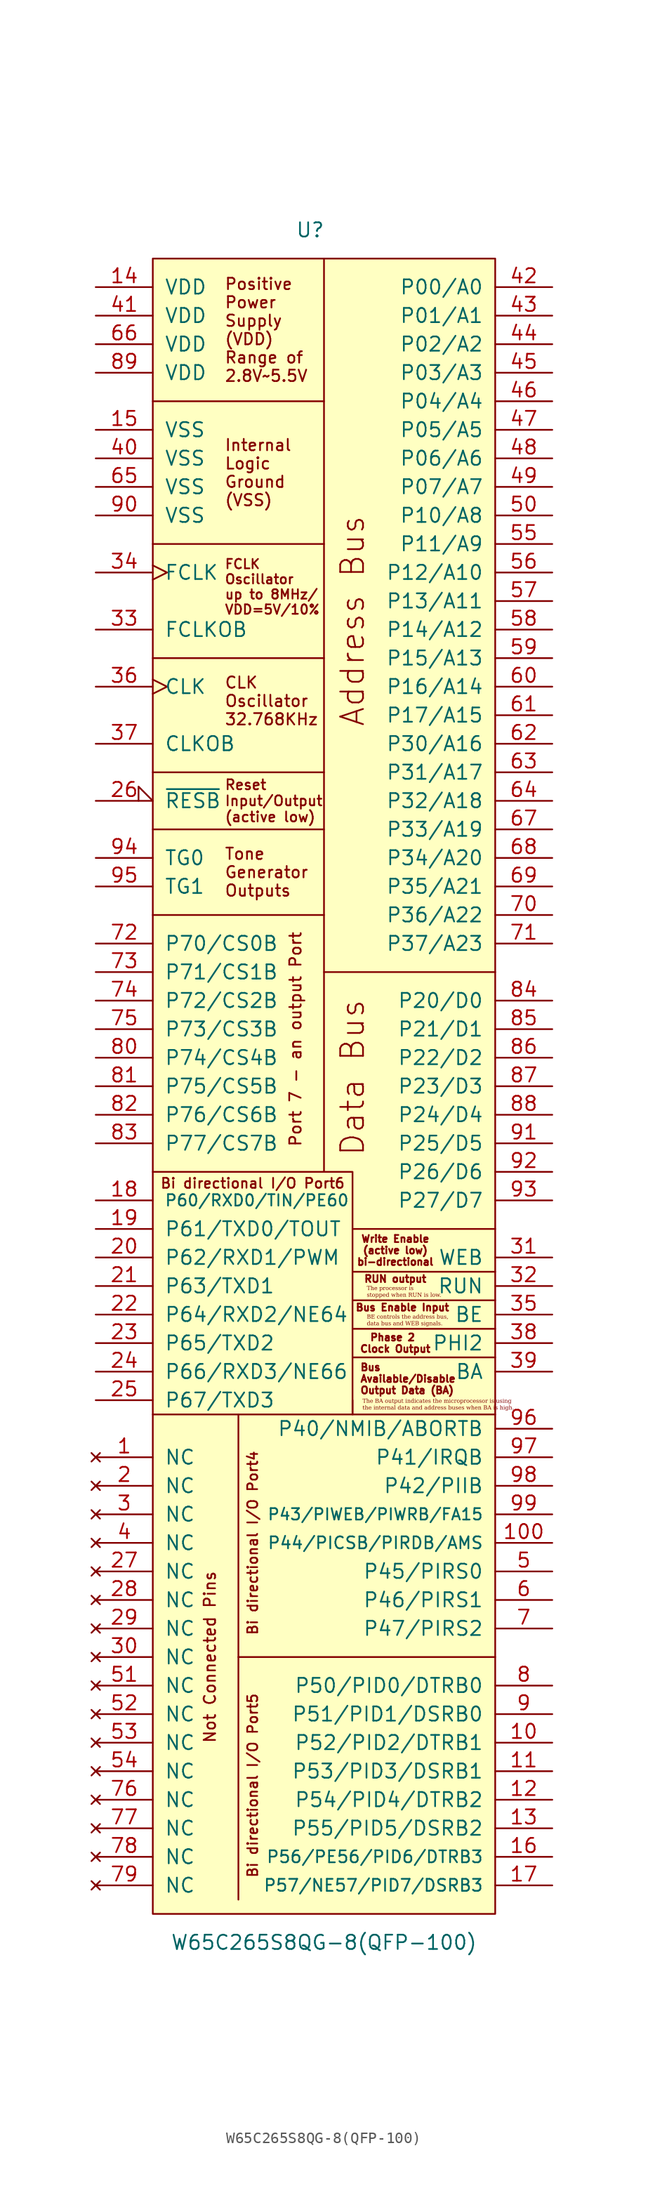
<source format=kicad_sym>
(kicad_symbol_lib
  (version 20220914)
  (generator kicad_symbol_editor)
  (symbol "W65C265S8QG-8(QFP-100)"
    (pin_names
      (offset 1.016))
    (property "Reference" "U"
      (at -2.54 76.2 0)
      (effects (font (size 1.27 1.27)) (justify left)))
    (property "Value" "W65C265S8QG-8(QFP-100)"
      (at 0 -76.2 0)
      (effects (font (size 1.27 1.27))))
    (symbol "W65C265S8QG-8(QFP-100)_0_1"
      (rectangle (start -15.24 73.66) (end 15.24 -73.66) (stroke (width 0) (type solid)) (fill (type background))))
    (symbol "W65C265S8QG-8(QFP-100)_1_1"
      (polyline (pts (xy -7.62 -29.21) (xy -7.62 -72.39)) (stroke (width 0) (type default)) (fill (type none)))
      (polyline (pts (xy 0 60.96) (xy 0 73.66)) (stroke (width 0) (type default)) (fill (type none)))
      (polyline (pts (xy 15.24 -50.8) (xy -7.62 -50.8)) (stroke (width 0) (type default)) (fill (type none)))
      (polyline (pts (xy 15.24 -24.13) (xy 2.54 -24.13)) (stroke (width 0) (type default)) (fill (type none)))
      (polyline (pts (xy 15.24 -21.59) (xy 2.54 -21.59)) (stroke (width 0) (type default)) (fill (type none)))
      (polyline (pts (xy 15.24 -19.05) (xy 2.54 -19.05)) (stroke (width 0) (type default)) (fill (type none)))
      (polyline (pts (xy 15.24 -16.51) (xy 2.54 -16.51)) (stroke (width 0) (type default)) (fill (type none)))
      (polyline (pts (xy -15.24 27.94) (xy 0 27.94) (xy 0 22.86)) (stroke (width 0) (type default)) (fill (type none)))
      (polyline (pts (xy -15.24 48.26) (xy 0 48.26) (xy 0 38.1)) (stroke (width 0) (type default)) (fill (type none)))
      (polyline (pts (xy 0 10.16) (xy 0 -7.62) (xy -15.24 -7.62)) (stroke (width 0) (type default)) (fill (type none)))
      (polyline (pts (xy 0 15.24) (xy 0 10.16) (xy 15.24 10.16)) (stroke (width 0) (type default)) (fill (type none)))
      (polyline (pts (xy 0 27.94) (xy 0 38.1) (xy -15.24 38.1)) (stroke (width 0) (type default)) (fill (type none)))
      (polyline (pts (xy 0 48.26) (xy 0 60.96) (xy -15.24 60.96)) (stroke (width 0) (type default)) (fill (type none)))
      (polyline (pts (xy 2.54 -12.7) (xy 2.54 -29.21) (xy 15.24 -29.21)) (stroke (width 0) (type default)) (fill (type none)))
      (polyline (pts (xy 0 -7.62) (xy 2.54 -7.62) (xy 2.54 -12.7) (xy 15.24 -12.7)) (stroke (width 0) (type default)) (fill (type none)))
      (polyline (pts (xy -15.24 22.86) (xy 0 22.86) (xy 0 22.86) (xy 0 15.24) (xy -15.24 15.24)) (stroke (width 0) (type default)) (fill (type none)))
      (polyline (pts (xy -15.24 -29.21) (xy -7.62 -29.21) (xy -7.62 -29.21) (xy -3.81 -29.21) (xy 2.54 -29.21) (xy 2.54 -27.94)) (stroke (width 0) (type default)) (fill (type none)))
      (text " Address Bus" (at 2.54 40.64 900) (effects (font (size 2.032 2.032))))
      (text " Data Bus" (at 2.54 0 900) (effects (font (size 2.032 2.032))))
      (text " Port 7 - an output Port" (at -2.54 3.81 900) (effects (font (size 1.016 1.016))))
      (text "BE controls the address bus, \ndata bus and WEB signals." (at 3.81 -20.828 0) (effects (font (face "Liberation Serif") (size 0.356 0.356)) (justify left)))
      (text "Bi directional I/O Port4" (at -6.35 -40.64 900) (effects (font (size 0.889 0.889))))
      (text "Bi directional I/O Port5" (at -6.35 -62.23 900) (effects (font (size 0.889 0.889))))
      (text "Bi directional I/O Port6" (at -6.35 -8.636 0) (effects (font (size 0.889 0.889))))
      (text "Bus \nAvailable/Disable \nOutput Data (BA)" (at 3.175 -26.035 0) (effects (font (size 0.635 0.635)) (justify left)))
      (text "Bus Enable Input" (at 6.985 -19.685 0) (effects (font (size 0.635 0.635))))
      (text "CLK\nOscillator\n32.768KHz" (at -8.89 34.29 0) (effects (font (size 1.016 1.016)) (justify left)))
      (text "FCLK\nOscillator\nup to 8MHz/\nVDD=5V/10%" (at -8.89 44.45 0) (effects (font (size 0.838 0.838)) (justify left)))
      (text "Internal\nLogic\nGround\n(VSS)" (at -8.89 54.61 0) (effects (font (size 1.016 1.016)) (justify left)))
      (text "Not Connected Pins" (at -10.16 -50.8 900) (effects (font (size 1.016 1.016))))
      (text "Phase 2 \nClock Output" (at 6.35 -22.86 0) (effects (font (size 0.635 0.635))))
      (text "Positive\nPower\nSupply\n(VDD)\nRange of \n2.8V~5.5V" (at -8.89 67.31 0) (effects (font (size 1.016 1.016)) (justify left)))
      (text "Reset \nInput/Output\n(active low)" (at -8.89 25.4 0) (effects (font (size 0.889 0.889)) (justify left)))
      (text "RUN output" (at 6.35 -17.145 0) (effects (font (size 0.635 0.635))))
      (text "The BA output indicates the microprocessor is using \nthe internal data and address buses when BA is high." (at 3.429 -28.321 0) (effects (font (face "Liberation Serif") (size 0.356 0.356)) (justify left)))
      (text "The processor is \nstopped when RUN is low." (at 3.81 -18.288 0) (effects (font (face "Liberation Serif") (size 0.356 0.356)) (justify left)))
      (text "Tone \nGenerator\nOutputs" (at -8.89 19.05 0) (effects (font (size 1.016 1.016)) (justify left)))
      (text "Write Enable\n(active low)\nbi-directional" (at 6.35 -14.605 0) (effects (font (size 0.635 0.635))))
      (pin no_connect line (at -20.32 -33.02 0) (length 5.08) (name "NC" (effects (font (size 1.27 1.27)))) (number "1" (effects (font (size 1.27 1.27)))))
      (pin bidirectional line (at 20.32 -58.42 180) (length 5.08) (name "P52/PID2/DTRB1" (effects (font (size 1.27 1.27)))) (number "10" (effects (font (size 1.27 1.27)))))
      (pin bidirectional line (at 20.32 -40.64 180) (length 5.08) (name "P44/PICSB/PIRDB/AMS" (effects (font (size 1.067 1.067)))) (number "100" (effects (font (size 1.27 1.27)))))
      (pin bidirectional line (at 20.32 -60.96 180) (length 5.08) (name "P53/PID3/DSRB1" (effects (font (size 1.27 1.27)))) (number "11" (effects (font (size 1.27 1.27)))))
      (pin bidirectional line (at 20.32 -63.5 180) (length 5.08) (name "P54/PID4/DTRB2" (effects (font (size 1.27 1.27)))) (number "12" (effects (font (size 1.27 1.27)))))
      (pin bidirectional line (at 20.32 -66.04 180) (length 5.08) (name "P55/PID5/DSRB2" (effects (font (size 1.27 1.27)))) (number "13" (effects (font (size 1.27 1.27)))))
      (pin power_in line (at -20.32 71.12 0) (length 5.08) (name "VDD" (effects (font (size 1.27 1.27)))) (number "14" (effects (font (size 1.27 1.27)))))
      (pin power_in line (at -20.32 58.42 0) (length 5.08) (name "VSS" (effects (font (size 1.27 1.27)))) (number "15" (effects (font (size 1.27 1.27)))))
      (pin bidirectional line (at 20.32 -68.58 180) (length 5.08) (name "P56/PE56/PID6/DTRB3" (effects (font (size 1.067 1.067)))) (number "16" (effects (font (size 1.27 1.27)))))
      (pin bidirectional line (at 20.32 -71.12 180) (length 5.08) (name "P57/NE57/PID7/DSRB3" (effects (font (size 1.067 1.067)))) (number "17" (effects (font (size 1.27 1.27)))))
      (pin bidirectional line (at -20.32 -10.16 0) (length 5.08) (name "P60/RXD0/TIN/PE60" (effects (font (size 1.016 1.016)))) (number "18" (effects (font (size 1.27 1.27)))))
      (pin bidirectional line (at -20.32 -12.7 0) (length 5.08) (name "P61/TXD0/TOUT" (effects (font (size 1.27 1.27)))) (number "19" (effects (font (size 1.27 1.27)))))
      (pin no_connect line (at -20.32 -35.56 0) (length 5.08) (name "NC" (effects (font (size 1.27 1.27)))) (number "2" (effects (font (size 1.27 1.27)))))
      (pin bidirectional line (at -20.32 -15.24 0) (length 5.08) (name "P62/RXD1/PWM" (effects (font (size 1.27 1.27)))) (number "20" (effects (font (size 1.27 1.27)))))
      (pin bidirectional line (at -20.32 -17.78 0) (length 5.08) (name "P63/TXD1" (effects (font (size 1.27 1.27)))) (number "21" (effects (font (size 1.27 1.27)))))
      (pin bidirectional line (at -20.32 -20.32 0) (length 5.08) (name "P64/RXD2/NE64" (effects (font (size 1.27 1.27)))) (number "22" (effects (font (size 1.27 1.27)))))
      (pin bidirectional line (at -20.32 -22.86 0) (length 5.08) (name "P65/TXD2" (effects (font (size 1.27 1.27)))) (number "23" (effects (font (size 1.27 1.27)))))
      (pin bidirectional line (at -20.32 -25.4 0) (length 5.08) (name "P66/RXD3/NE66" (effects (font (size 1.27 1.27)))) (number "24" (effects (font (size 1.27 1.27)))))
      (pin bidirectional line (at -20.32 -27.94 0) (length 5.08) (name "P67/TXD3" (effects (font (size 1.27 1.27)))) (number "25" (effects (font (size 1.27 1.27)))))
      (pin input input_low (at -20.32 25.4 0) (length 5.08) (name "~{RESB}" (effects (font (size 1.27 1.27)))) (number "26" (effects (font (size 1.27 1.27)))))
      (pin no_connect line (at -20.32 -43.18 0) (length 5.08) (name "NC" (effects (font (size 1.27 1.27)))) (number "27" (effects (font (size 1.27 1.27)))))
      (pin no_connect line (at -20.32 -45.72 0) (length 5.08) (name "NC" (effects (font (size 1.27 1.27)))) (number "28" (effects (font (size 1.27 1.27)))))
      (pin no_connect line (at -20.32 -48.26 0) (length 5.08) (name "NC" (effects (font (size 1.27 1.27)))) (number "29" (effects (font (size 1.27 1.27)))))
      (pin no_connect line (at -20.32 -38.1 0) (length 5.08) (name "NC" (effects (font (size 1.27 1.27)))) (number "3" (effects (font (size 1.27 1.27)))))
      (pin no_connect line (at -20.32 -50.8 0) (length 5.08) (name "NC" (effects (font (size 1.27 1.27)))) (number "30" (effects (font (size 1.27 1.27)))))
      (pin bidirectional line (at 20.32 -15.24 180) (length 5.08) (name "WEB" (effects (font (size 1.27 1.27)))) (number "31" (effects (font (size 1.27 1.27)))))
      (pin output line (at 20.32 -17.78 180) (length 5.08) (name "RUN" (effects (font (size 1.27 1.27)))) (number "32" (effects (font (size 1.27 1.27)))))
      (pin output line (at -20.32 40.64 0) (length 5.08) (name "FCLKOB" (effects (font (size 1.27 1.27)))) (number "33" (effects (font (size 1.27 1.27)))))
      (pin input clock (at -20.32 45.72 0) (length 5.08) (name "FCLK" (effects (font (size 1.27 1.27)))) (number "34" (effects (font (size 1.27 1.27)))))
      (pin input line (at 20.32 -20.32 180) (length 5.08) (name "BE" (effects (font (size 1.27 1.27)))) (number "35" (effects (font (size 1.27 1.27)))))
      (pin input clock (at -20.32 35.56 0) (length 5.08) (name "CLK" (effects (font (size 1.27 1.27)))) (number "36" (effects (font (size 1.27 1.27)))))
      (pin output line (at -20.32 30.48 0) (length 5.08) (name "CLKOB" (effects (font (size 1.27 1.27)))) (number "37" (effects (font (size 1.27 1.27)))))
      (pin output line (at 20.32 -22.86 180) (length 5.08) (name "PHI2" (effects (font (size 1.27 1.27)))) (number "38" (effects (font (size 1.27 1.27)))))
      (pin output line (at 20.32 -25.4 180) (length 5.08) (name "BA" (effects (font (size 1.27 1.27)))) (number "39" (effects (font (size 1.27 1.27)))))
      (pin no_connect line (at -20.32 -40.64 0) (length 5.08) (name "NC" (effects (font (size 1.27 1.27)))) (number "4" (effects (font (size 1.27 1.27)))))
      (pin power_in line (at -20.32 55.88 0) (length 5.08) (name "VSS" (effects (font (size 1.27 1.27)))) (number "40" (effects (font (size 1.27 1.27)))))
      (pin power_in line (at -20.32 68.58 0) (length 5.08) (name "VDD" (effects (font (size 1.27 1.27)))) (number "41" (effects (font (size 1.27 1.27)))))
      (pin tri_state line (at 20.32 71.12 180) (length 5.08) (name "P00/A0" (effects (font (size 1.27 1.27)))) (number "42" (effects (font (size 1.27 1.27)))))
      (pin tri_state line (at 20.32 68.58 180) (length 5.08) (name "P01/A1" (effects (font (size 1.27 1.27)))) (number "43" (effects (font (size 1.27 1.27)))))
      (pin tri_state line (at 20.32 66.04 180) (length 5.08) (name "P02/A2" (effects (font (size 1.27 1.27)))) (number "44" (effects (font (size 1.27 1.27)))))
      (pin tri_state line (at 20.32 63.5 180) (length 5.08) (name "P03/A3" (effects (font (size 1.27 1.27)))) (number "45" (effects (font (size 1.27 1.27)))))
      (pin tri_state line (at 20.32 60.96 180) (length 5.08) (name "P04/A4" (effects (font (size 1.27 1.27)))) (number "46" (effects (font (size 1.27 1.27)))))
      (pin tri_state line (at 20.32 58.42 180) (length 5.08) (name "P05/A5" (effects (font (size 1.27 1.27)))) (number "47" (effects (font (size 1.27 1.27)))))
      (pin tri_state line (at 20.32 55.88 180) (length 5.08) (name "P06/A6" (effects (font (size 1.27 1.27)))) (number "48" (effects (font (size 1.27 1.27)))))
      (pin tri_state line (at 20.32 53.34 180) (length 5.08) (name "P07/A7" (effects (font (size 1.27 1.27)))) (number "49" (effects (font (size 1.27 1.27)))))
      (pin bidirectional line (at 20.32 -43.18 180) (length 5.08) (name "P45/PIRS0" (effects (font (size 1.27 1.27)))) (number "5" (effects (font (size 1.27 1.27)))))
      (pin tri_state line (at 20.32 50.8 180) (length 5.08) (name "P10/A8" (effects (font (size 1.27 1.27)))) (number "50" (effects (font (size 1.27 1.27)))))
      (pin no_connect line (at -20.32 -53.34 0) (length 5.08) (name "NC" (effects (font (size 1.27 1.27)))) (number "51" (effects (font (size 1.27 1.27)))))
      (pin no_connect line (at -20.32 -55.88 0) (length 5.08) (name "NC" (effects (font (size 1.27 1.27)))) (number "52" (effects (font (size 1.27 1.27)))))
      (pin no_connect line (at -20.32 -58.42 0) (length 5.08) (name "NC" (effects (font (size 1.27 1.27)))) (number "53" (effects (font (size 1.27 1.27)))))
      (pin no_connect line (at -20.32 -60.96 0) (length 5.08) (name "NC" (effects (font (size 1.27 1.27)))) (number "54" (effects (font (size 1.27 1.27)))))
      (pin tri_state line (at 20.32 48.26 180) (length 5.08) (name "P11/A9" (effects (font (size 1.27 1.27)))) (number "55" (effects (font (size 1.27 1.27)))))
      (pin tri_state line (at 20.32 45.72 180) (length 5.08) (name "P12/A10" (effects (font (size 1.27 1.27)))) (number "56" (effects (font (size 1.27 1.27)))))
      (pin tri_state line (at 20.32 43.18 180) (length 5.08) (name "P13/A11" (effects (font (size 1.27 1.27)))) (number "57" (effects (font (size 1.27 1.27)))))
      (pin tri_state line (at 20.32 40.64 180) (length 5.08) (name "P14/A12" (effects (font (size 1.27 1.27)))) (number "58" (effects (font (size 1.27 1.27)))))
      (pin tri_state line (at 20.32 38.1 180) (length 5.08) (name "P15/A13" (effects (font (size 1.27 1.27)))) (number "59" (effects (font (size 1.27 1.27)))))
      (pin bidirectional line (at 20.32 -45.72 180) (length 5.08) (name "P46/PIRS1" (effects (font (size 1.27 1.27)))) (number "6" (effects (font (size 1.27 1.27)))))
      (pin tri_state line (at 20.32 35.56 180) (length 5.08) (name "P16/A14" (effects (font (size 1.27 1.27)))) (number "60" (effects (font (size 1.27 1.27)))))
      (pin tri_state line (at 20.32 33.02 180) (length 5.08) (name "P17/A15" (effects (font (size 1.27 1.27)))) (number "61" (effects (font (size 1.27 1.27)))))
      (pin tri_state line (at 20.32 30.48 180) (length 5.08) (name "P30/A16" (effects (font (size 1.27 1.27)))) (number "62" (effects (font (size 1.27 1.27)))))
      (pin tri_state line (at 20.32 27.94 180) (length 5.08) (name "P31/A17" (effects (font (size 1.27 1.27)))) (number "63" (effects (font (size 1.27 1.27)))))
      (pin tri_state line (at 20.32 25.4 180) (length 5.08) (name "P32/A18" (effects (font (size 1.27 1.27)))) (number "64" (effects (font (size 1.27 1.27)))))
      (pin power_in line (at -20.32 53.34 0) (length 5.08) (name "VSS" (effects (font (size 1.27 1.27)))) (number "65" (effects (font (size 1.27 1.27)))))
      (pin power_in line (at -20.32 66.04 0) (length 5.08) (name "VDD" (effects (font (size 1.27 1.27)))) (number "66" (effects (font (size 1.27 1.27)))))
      (pin tri_state line (at 20.32 22.86 180) (length 5.08) (name "P33/A19" (effects (font (size 1.27 1.27)))) (number "67" (effects (font (size 1.27 1.27)))))
      (pin tri_state line (at 20.32 20.32 180) (length 5.08) (name "P34/A20" (effects (font (size 1.27 1.27)))) (number "68" (effects (font (size 1.27 1.27)))))
      (pin tri_state line (at 20.32 17.78 180) (length 5.08) (name "P35/A21" (effects (font (size 1.27 1.27)))) (number "69" (effects (font (size 1.27 1.27)))))
      (pin bidirectional line (at 20.32 -48.26 180) (length 5.08) (name "P47/PIRS2" (effects (font (size 1.27 1.27)))) (number "7" (effects (font (size 1.27 1.27)))))
      (pin tri_state line (at 20.32 15.24 180) (length 5.08) (name "P36/A22" (effects (font (size 1.27 1.27)))) (number "70" (effects (font (size 1.27 1.27)))))
      (pin tri_state line (at 20.32 12.7 180) (length 5.08) (name "P37/A23" (effects (font (size 1.27 1.27)))) (number "71" (effects (font (size 1.27 1.27)))))
      (pin output line (at -20.32 12.7 0) (length 5.08) (name "P70/CS0B" (effects (font (size 1.27 1.27)))) (number "72" (effects (font (size 1.27 1.27)))))
      (pin output line (at -20.32 10.16 0) (length 5.08) (name "P71/CS1B" (effects (font (size 1.27 1.27)))) (number "73" (effects (font (size 1.27 1.27)))))
      (pin output line (at -20.32 7.62 0) (length 5.08) (name "P72/CS2B" (effects (font (size 1.27 1.27)))) (number "74" (effects (font (size 1.27 1.27)))))
      (pin output line (at -20.32 5.08 0) (length 5.08) (name "P73/CS3B" (effects (font (size 1.27 1.27)))) (number "75" (effects (font (size 1.27 1.27)))))
      (pin no_connect line (at -20.32 -63.5 0) (length 5.08) (name "NC" (effects (font (size 1.27 1.27)))) (number "76" (effects (font (size 1.27 1.27)))))
      (pin no_connect line (at -20.32 -66.04 0) (length 5.08) (name "NC" (effects (font (size 1.27 1.27)))) (number "77" (effects (font (size 1.27 1.27)))))
      (pin no_connect line (at -20.32 -68.58 0) (length 5.08) (name "NC" (effects (font (size 1.27 1.27)))) (number "78" (effects (font (size 1.27 1.27)))))
      (pin no_connect line (at -20.32 -71.12 0) (length 5.08) (name "NC" (effects (font (size 1.27 1.27)))) (number "79" (effects (font (size 1.27 1.27)))))
      (pin bidirectional line (at 20.32 -53.34 180) (length 5.08) (name "P50/PID0/DTRB0" (effects (font (size 1.27 1.27)))) (number "8" (effects (font (size 1.27 1.27)))))
      (pin output line (at -20.32 2.54 0) (length 5.08) (name "P74/CS4B" (effects (font (size 1.27 1.27)))) (number "80" (effects (font (size 1.27 1.27)))))
      (pin output line (at -20.32 0 0) (length 5.08) (name "P75/CS5B" (effects (font (size 1.27 1.27)))) (number "81" (effects (font (size 1.27 1.27)))))
      (pin output line (at -20.32 -2.54 0) (length 5.08) (name "P76/CS6B" (effects (font (size 1.27 1.27)))) (number "82" (effects (font (size 1.27 1.27)))))
      (pin output line (at -20.32 -5.08 0) (length 5.08) (name "P77/CS7B" (effects (font (size 1.27 1.27)))) (number "83" (effects (font (size 1.27 1.27)))))
      (pin bidirectional line (at 20.32 7.62 180) (length 5.08) (name "P20/D0" (effects (font (size 1.27 1.27)))) (number "84" (effects (font (size 1.27 1.27)))))
      (pin bidirectional line (at 20.32 5.08 180) (length 5.08) (name "P21/D1" (effects (font (size 1.27 1.27)))) (number "85" (effects (font (size 1.27 1.27)))))
      (pin bidirectional line (at 20.32 2.54 180) (length 5.08) (name "P22/D2" (effects (font (size 1.27 1.27)))) (number "86" (effects (font (size 1.27 1.27)))))
      (pin bidirectional line (at 20.32 0 180) (length 5.08) (name "P23/D3" (effects (font (size 1.27 1.27)))) (number "87" (effects (font (size 1.27 1.27)))))
      (pin bidirectional line (at 20.32 -2.54 180) (length 5.08) (name "P24/D4" (effects (font (size 1.27 1.27)))) (number "88" (effects (font (size 1.27 1.27)))))
      (pin power_in line (at -20.32 63.5 0) (length 5.08) (name "VDD" (effects (font (size 1.27 1.27)))) (number "89" (effects (font (size 1.27 1.27)))))
      (pin bidirectional line (at 20.32 -55.88 180) (length 5.08) (name "P51/PID1/DSRB0" (effects (font (size 1.27 1.27)))) (number "9" (effects (font (size 1.27 1.27)))))
      (pin power_in line (at -20.32 50.8 0) (length 5.08) (name "VSS" (effects (font (size 1.27 1.27)))) (number "90" (effects (font (size 1.27 1.27)))))
      (pin bidirectional line (at 20.32 -5.08 180) (length 5.08) (name "P25/D5" (effects (font (size 1.27 1.27)))) (number "91" (effects (font (size 1.27 1.27)))))
      (pin bidirectional line (at 20.32 -7.62 180) (length 5.08) (name "P26/D6" (effects (font (size 1.27 1.27)))) (number "92" (effects (font (size 1.27 1.27)))))
      (pin bidirectional line (at 20.32 -10.16 180) (length 5.08) (name "P27/D7" (effects (font (size 1.27 1.27)))) (number "93" (effects (font (size 1.27 1.27)))))
      (pin bidirectional line (at -20.32 20.32 0) (length 5.08) (name "TG0" (effects (font (size 1.27 1.27)))) (number "94" (effects (font (size 1.27 1.27)))))
      (pin bidirectional line (at -20.32 17.78 0) (length 5.08) (name "TG1" (effects (font (size 1.27 1.27)))) (number "95" (effects (font (size 1.27 1.27)))))
      (pin bidirectional line (at 20.32 -30.48 180) (length 5.08) (name "P40/NMIB/ABORTB" (effects (font (size 1.27 1.27)))) (number "96" (effects (font (size 1.27 1.27)))))
      (pin bidirectional line (at 20.32 -33.02 180) (length 5.08) (name "P41/IRQB" (effects (font (size 1.27 1.27)))) (number "97" (effects (font (size 1.27 1.27)))))
      (pin bidirectional line (at 20.32 -35.56 180) (length 5.08) (name "P42/PIIB" (effects (font (size 1.27 1.27)))) (number "98" (effects (font (size 1.27 1.27)))))
      (pin bidirectional line (at 20.32 -38.1 180) (length 5.08) (name "P43/PIWEB/PIWRB/FA15" (effects (font (size 1.016 1.016)))) (number "99" (effects (font (size 1.27 1.27))))))))
</source>
